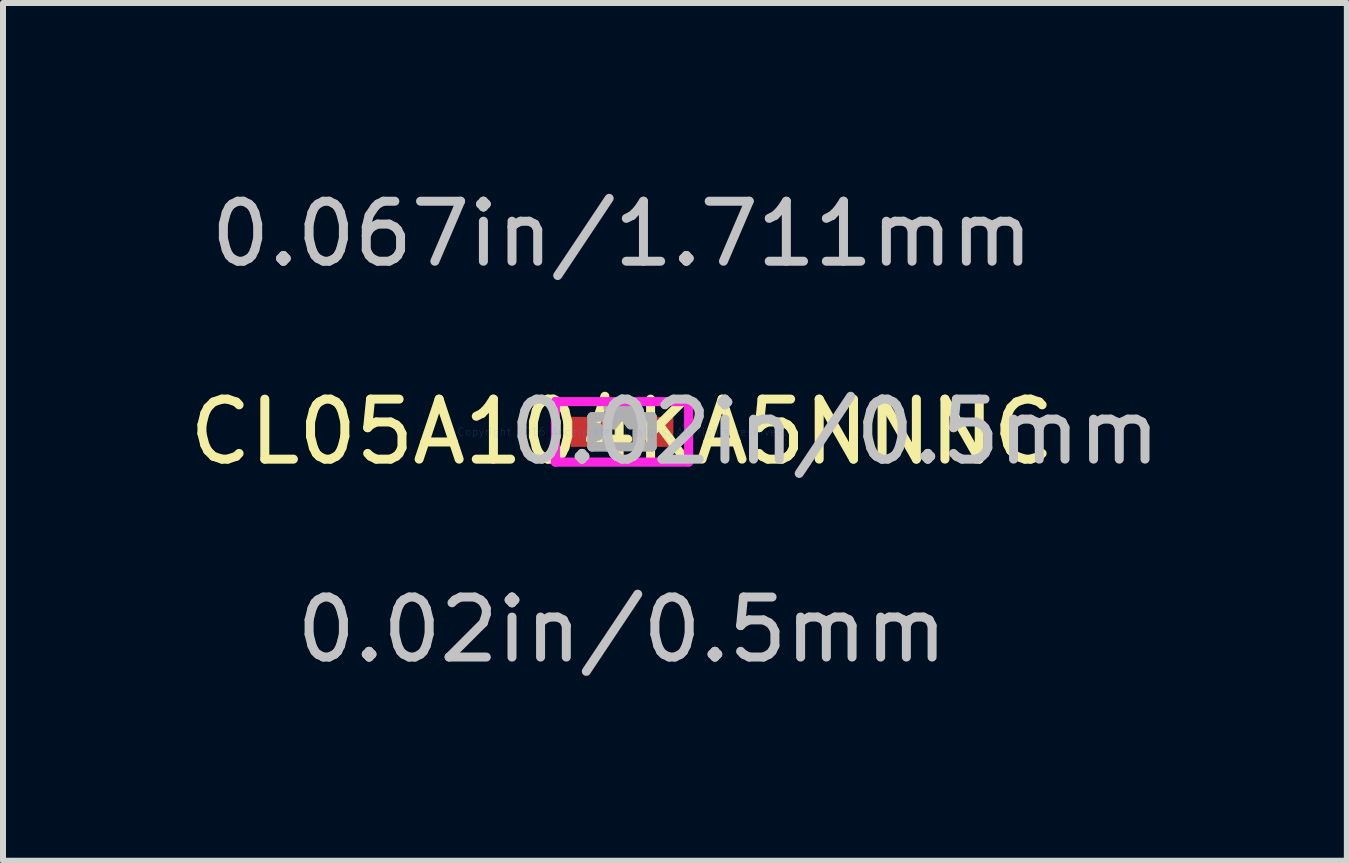
<source format=kicad_pcb>
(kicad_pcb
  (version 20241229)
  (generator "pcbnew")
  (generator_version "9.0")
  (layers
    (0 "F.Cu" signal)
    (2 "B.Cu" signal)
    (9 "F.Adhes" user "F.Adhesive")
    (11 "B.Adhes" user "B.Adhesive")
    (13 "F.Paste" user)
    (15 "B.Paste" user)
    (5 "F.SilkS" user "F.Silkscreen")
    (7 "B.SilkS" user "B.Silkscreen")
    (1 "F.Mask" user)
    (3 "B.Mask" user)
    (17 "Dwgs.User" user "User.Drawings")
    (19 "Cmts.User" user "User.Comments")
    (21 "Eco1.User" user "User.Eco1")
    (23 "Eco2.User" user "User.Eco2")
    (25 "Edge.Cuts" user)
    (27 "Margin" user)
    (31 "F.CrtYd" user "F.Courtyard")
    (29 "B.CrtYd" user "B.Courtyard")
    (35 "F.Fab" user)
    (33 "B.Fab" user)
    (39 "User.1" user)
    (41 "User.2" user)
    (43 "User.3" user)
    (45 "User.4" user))
  (footprint "CL05A104KA5NNNC"
    (layer "F.Cu")
    (at 7.315 4.146)
    (property "Reference" "CL05A104KA5NNNC" (at 0 0 0) (layer "F.SilkS") (effects (font (size 1 1) (thickness 0.15))))
    (attr through_hole)
    (fp_line (start -1.11 -0.504) (end 1.11 -0.504) (stroke (width 0.152) (type solid)) (layer "F.CrtYd"))
    (fp_line (start -1.11 0.504) (end -1.11 -0.504) (stroke (width 0.152) (type solid)) (layer "F.CrtYd"))
    (fp_line (start 1.11 -0.504) (end 1.11 0.504) (stroke (width 0.152) (type solid)) (layer "F.CrtYd"))
    (fp_line (start 1.11 0.504) (end -1.11 0.504) (stroke (width 0.152) (type solid)) (layer "F.CrtYd"))
    (fp_line (start -0.5 -0.25) (end -0.5 0.25) (stroke (width 0.152) (type solid)) (layer "F.Fab"))
    (fp_line (start -0.5 -0.25) (end -0.5 0.25) (stroke (width 0.152) (type solid)) (layer "F.Fab"))
    (fp_line (start -0.5 0.25) (end -0.25 0.25) (stroke (width 0.152) (type solid)) (layer "F.Fab"))
    (fp_line (start -0.5 0.25) (end 0.5 0.25) (stroke (width 0.152) (type solid)) (layer "F.Fab"))
    (fp_line (start -0.25 -0.25) (end -0.5 -0.25) (stroke (width 0.152) (type solid)) (layer "F.Fab"))
    (fp_line (start -0.25 0.25) (end -0.25 -0.25) (stroke (width 0.152) (type solid)) (layer "F.Fab"))
    (fp_line (start 0.25 -0.25) (end 0.25 0.25) (stroke (width 0.152) (type solid)) (layer "F.Fab"))
    (fp_line (start 0.25 0.25) (end 0.5 0.25) (stroke (width 0.152) (type solid)) (layer "F.Fab"))
    (fp_line (start 0.5 -0.25) (end -0.5 -0.25) (stroke (width 0.152) (type solid)) (layer "F.Fab"))
    (fp_line (start 0.5 -0.25) (end 0.25 -0.25) (stroke (width 0.152) (type solid)) (layer "F.Fab"))
    (fp_line (start 0.5 0.25) (end 0.5 -0.25) (stroke (width 0.152) (type solid)) (layer "F.Fab"))
    (fp_line (start 0.5 0.25) (end 0.5 -0.25) (stroke (width 0.152) (type solid)) (layer "F.Fab"))
    (fp_circle (center -0.426 0) (end -0.426 0) (stroke (width 0.152) (type solid)) (fill no) (layer "F.Fab"))
    (fp_text user "*" (at 0 0 0) (layer "F.SilkS") (effects (font (size 1 1) (thickness 0.15))))
    (fp_text user "0.02in/0.5mm" (at 0 3.298 0) (layer "Dwgs.User") (effects (font (size 1 1) (thickness 0.15))))
    (fp_text user "0.067in/1.711mm" (at 0 -3.298 0) (layer "Dwgs.User") (effects (font (size 1 1) (thickness 0.15))))
    (fp_text user "0.02in/0.5mm" (at 3.548 0 0) (layer "Dwgs.User") (effects (font (size 1 1) (thickness 0.15))))
    (fp_text user "Copyright 2016 Accelerated Designs. All rights reserved." (at 0 0 0) (layer "Cmts.User") (effects (font (size 0.127 0.127) (thickness 0.002))))
    (fp_text user "*" (at 0 0 0) (layer "F.Fab") (effects (font (size 1 1) (thickness 0.15))))
    (pad "1" smd rect (at -0.553 0) (size 0.606 0.5) (layers "F.Cu" "F.Mask" "F.Paste"))
    (pad "2" smd rect (at 0.553 0) (size 0.606 0.5) (layers "F.Cu" "F.Mask" "F.Paste")))
  (gr_rect
    (start -3 -3)
    (end 19.393 11.293)
    (stroke (width 0.1) (type default))
    (fill no)
    (layer "Edge.Cuts")))
</source>
